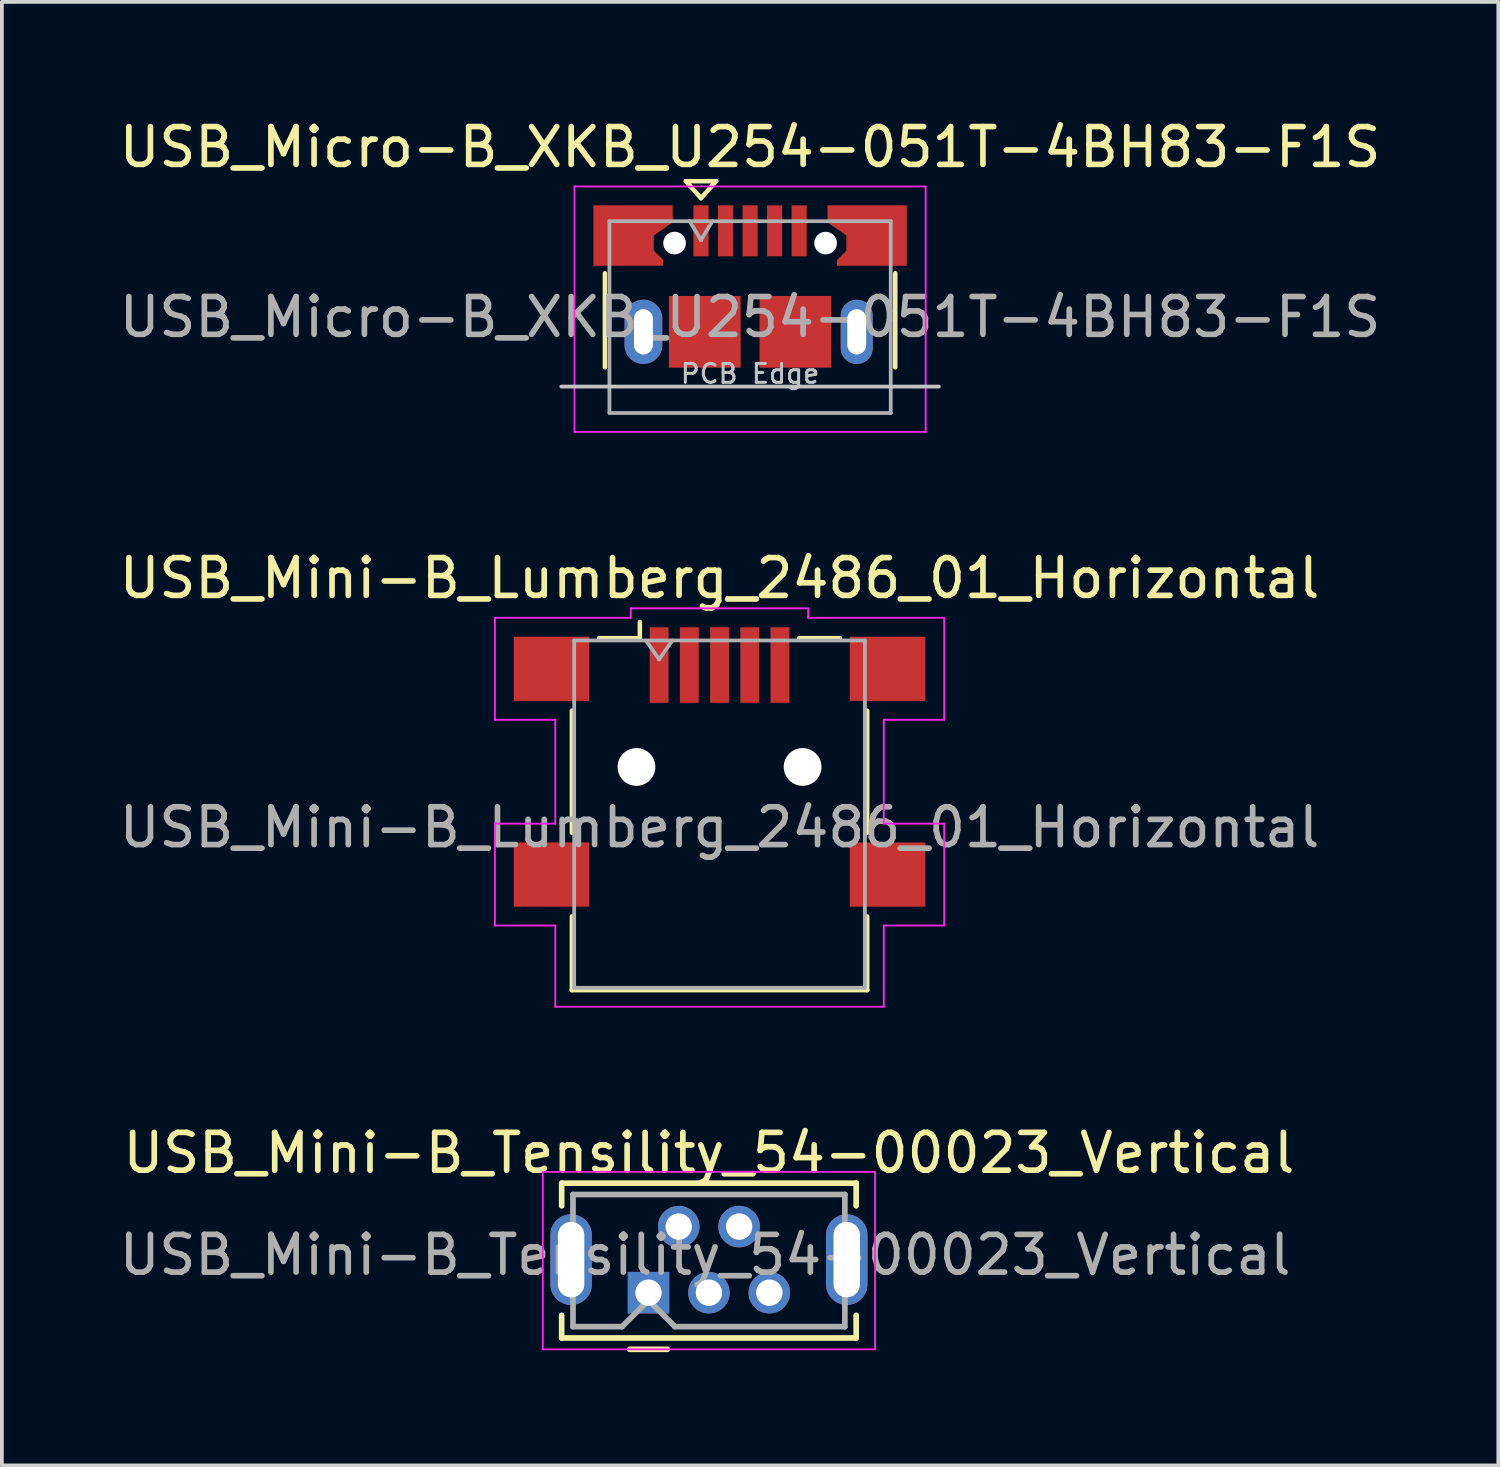
<source format=kicad_pcb>
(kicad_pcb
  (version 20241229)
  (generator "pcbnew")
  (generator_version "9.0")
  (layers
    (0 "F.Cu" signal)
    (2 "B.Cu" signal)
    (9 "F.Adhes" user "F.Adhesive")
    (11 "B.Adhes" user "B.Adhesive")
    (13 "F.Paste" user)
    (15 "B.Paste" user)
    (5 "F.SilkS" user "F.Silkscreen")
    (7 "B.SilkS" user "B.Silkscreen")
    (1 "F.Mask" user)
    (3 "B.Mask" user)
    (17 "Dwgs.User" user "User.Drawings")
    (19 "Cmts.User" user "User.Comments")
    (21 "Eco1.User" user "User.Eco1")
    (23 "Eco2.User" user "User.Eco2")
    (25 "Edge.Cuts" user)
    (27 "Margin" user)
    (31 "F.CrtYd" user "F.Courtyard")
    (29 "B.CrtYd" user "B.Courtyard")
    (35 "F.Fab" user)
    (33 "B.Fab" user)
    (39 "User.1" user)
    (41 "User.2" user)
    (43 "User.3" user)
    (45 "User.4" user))
  (footprint "USB_Micro-B_XKB_U254-051T-4BH83-F1S"
    (layer "F.Cu")
    (at 16.815 5.348)
    (property "Reference" "USB_Micro-B_XKB_U254-051T-4BH83-F1S" (at 0 -4.5 0) (layer "F.SilkS") (effects (font (size 1 1) (thickness 0.15))))
    (attr smd)
    (fp_line (start -3.845 -1.16) (end -3.845 1.33) (stroke (width 0.12) (type solid)) (layer "F.SilkS"))
    (fp_line (start -1.7 -3.6) (end -0.9 -3.6) (stroke (width 0.12) (type solid)) (layer "F.SilkS"))
    (fp_line (start -1.3 -3.15) (end -1.7 -3.6) (stroke (width 0.12) (type solid)) (layer "F.SilkS"))
    (fp_line (start -0.9 -3.6) (end -1.3 -3.15) (stroke (width 0.12) (type solid)) (layer "F.SilkS"))
    (fp_line (start 3.845 -1.16) (end 3.845 1.33) (stroke (width 0.12) (type solid)) (layer "F.SilkS"))
    (fp_line (start -5 1.84) (end 5 1.84) (stroke (width 0.1) (type solid)) (layer "Dwgs.User"))
    (fp_line (start -4.65 -3.46) (end 4.65 -3.46) (stroke (width 0.05) (type solid)) (layer "F.CrtYd"))
    (fp_line (start -4.65 3.04) (end -4.65 -3.46) (stroke (width 0.05) (type solid)) (layer "F.CrtYd"))
    (fp_line (start -4.65 3.04) (end 4.65 3.04) (stroke (width 0.05) (type solid)) (layer "F.CrtYd"))
    (fp_line (start 4.65 3.04) (end 4.65 -3.46) (stroke (width 0.05) (type solid)) (layer "F.CrtYd"))
    (fp_line (start -3.725 -2.54) (end 3.725 -2.54) (stroke (width 0.1) (type solid)) (layer "F.Fab"))
    (fp_line (start -3.725 2.54) (end -3.725 -2.54) (stroke (width 0.1) (type solid)) (layer "F.Fab"))
    (fp_line (start -3.725 2.54) (end 3.725 2.54) (stroke (width 0.1) (type solid)) (layer "F.Fab"))
    (fp_line (start -1.6 -2.54) (end -1.3 -2.04) (stroke (width 0.1) (type solid)) (layer "F.Fab"))
    (fp_line (start -1.3 -2.04) (end -1 -2.54) (stroke (width 0.1) (type solid)) (layer "F.Fab"))
    (fp_line (start 3.725 2.54) (end 3.725 -2.54) (stroke (width 0.1) (type solid)) (layer "F.Fab"))
    (fp_text user "PCB Edge" (at 0 1.5 0) (layer "Dwgs.User") (effects (font (size 0.5 0.5) (thickness 0.08))))
    (fp_text user "${REFERENCE}" (at 0 0 0) (unlocked yes) (layer "F.Fab") (effects (font (size 1 1) (thickness 0.15))))
    (pad "" np_thru_hole circle (at -2 -1.96) (size 0.6 0.6) (drill 0.6) (layers "*.Cu" "*.Mask"))
    (pad "" np_thru_hole circle (at 2 -1.96) (size 0.6 0.6) (drill 0.6) (layers "*.Cu" "*.Mask"))
    (pad "1" smd rect (at -1.3 -2.285) (size 0.4 1.35) (layers "F.Cu" "F.Mask" "F.Paste"))
    (pad "2" smd rect (at -0.65 -2.285) (size 0.4 1.35) (layers "F.Cu" "F.Mask" "F.Paste"))
    (pad "3" smd rect (at 0 -2.285) (size 0.4 1.35) (layers "F.Cu" "F.Mask" "F.Paste"))
    (pad "4" smd rect (at 0.65 -2.285) (size 0.4 1.35) (layers "F.Cu" "F.Mask" "F.Paste"))
    (pad "5" smd rect (at 1.3 -2.285) (size 0.4 1.35) (layers "F.Cu" "F.Mask" "F.Paste"))
    (pad "6" smd custom (at -3.1 -2.16) (size 1 1.1) (layers "F.Cu" "F.Mask" "F.Paste") (options (anchor rect)) (primitives (gr_poly (pts (xy 0.8 0.8) (xy -1.05 0.8) (xy -1.05 -0.8) (xy 1.05 -0.8) (xy 1.05 -0.35) (xy 0.55 0) (xy 0.55 0.4) (xy 0.8 0.65)) (width 0) (fill yes))))
    (pad "6" thru_hole oval (at -2.825 0.39) (size 1 1.7) (drill oval 0.5 1.2) (layers "*.Cu" "*.Mask"))
    (pad "6" smd rect (at -1.2 0.39) (size 1.9 1.9) (layers "F.Cu" "F.Mask" "F.Paste"))
    (pad "6" smd rect (at 1.2 0.39) (size 1.9 1.9) (layers "F.Cu" "F.Mask" "F.Paste"))
    (pad "6" thru_hole oval (at 2.825 0.39) (size 0.85 1.7) (drill oval 0.5 1.2) (layers "*.Cu" "*.Mask"))
    (pad "6" smd custom (at 3.1 -2.16) (size 1 1.1) (layers "F.Cu" "F.Mask" "F.Paste") (options (anchor rect)) (primitives (gr_poly (pts (xy -0.8 0.8) (xy 1.05 0.8) (xy 1.05 -0.8) (xy -1.05 -0.8) (xy -1.05 -0.35) (xy -0.55 0) (xy -0.55 0.4) (xy -0.8 0.65)) (width 0) (fill yes)))))
  (footprint "USB_Mini-B_Tensility_54-00023_Vertical"
    (layer "F.Cu")
    (at 14.125 31.185)
    (property "Reference" "USB_Mini-B_Tensility_54-00023_Vertical" (at 1.6 -3.7 0) (layer "F.SilkS") (effects (font (size 1 1) (thickness 0.15))))
    (attr through_hole)
    (fp_line (start -2.3 -2.9) (end 5.5 -2.9) (stroke (width 0.15) (type solid)) (layer "F.SilkS"))
    (fp_line (start -2.3 -2.3) (end -2.3 -2.9) (stroke (width 0.15) (type solid)) (layer "F.SilkS"))
    (fp_line (start -2.3 0.6) (end -2.3 1.2) (stroke (width 0.15) (type solid)) (layer "F.SilkS"))
    (fp_line (start -2.3 1.2) (end 5.5 1.2) (stroke (width 0.15) (type solid)) (layer "F.SilkS"))
    (fp_line (start -0.5 1.5) (end 0.5 1.5) (stroke (width 0.15) (type solid)) (layer "F.SilkS"))
    (fp_line (start 5.5 -2.9) (end 5.5 -2.3) (stroke (width 0.15) (type solid)) (layer "F.SilkS"))
    (fp_line (start 5.5 1.2) (end 5.5 0.6) (stroke (width 0.15) (type solid)) (layer "F.SilkS"))
    (fp_line (start -2.8 -3.2) (end -2.8 1.5) (stroke (width 0.05) (type solid)) (layer "F.CrtYd"))
    (fp_line (start -2.8 1.5) (end 6 1.5) (stroke (width 0.05) (type solid)) (layer "F.CrtYd"))
    (fp_line (start 6 -3.2) (end -2.8 -3.2) (stroke (width 0.05) (type solid)) (layer "F.CrtYd"))
    (fp_line (start 6 1.5) (end 6 -3.2) (stroke (width 0.05) (type solid)) (layer "F.CrtYd"))
    (fp_line (start -2 0.9) (end -2 -2.6) (stroke (width 0.15) (type solid)) (layer "F.Fab"))
    (fp_line (start -2 0.9) (end -0.7 0.9) (stroke (width 0.15) (type solid)) (layer "F.Fab"))
    (fp_line (start -0.7 0.9) (end 0 0.2) (stroke (width 0.15) (type solid)) (layer "F.Fab"))
    (fp_line (start 0 0.2) (end 0.7 0.9) (stroke (width 0.15) (type solid)) (layer "F.Fab"))
    (fp_line (start 0.7 0.9) (end 5.2 0.9) (stroke (width 0.15) (type solid)) (layer "F.Fab"))
    (fp_line (start 5.2 -2.6) (end -2 -2.6) (stroke (width 0.15) (type solid)) (layer "F.Fab"))
    (fp_line (start 5.2 -2.6) (end 5.2 0.9) (stroke (width 0.15) (type solid)) (layer "F.Fab"))
    (fp_text user "${REFERENCE}" (at 1.5 -1 0) (layer "F.Fab") (effects (font (size 1 1) (thickness 0.15))))
    (pad "1" thru_hole rect (at 0 0) (size 1.1 1.1) (drill 0.7) (layers "*.Cu" "*.Mask"))
    (pad "2" thru_hole circle (at 0.8 -1.75) (size 1.1 1.1) (drill 0.7) (layers "*.Cu" "*.Mask"))
    (pad "3" thru_hole circle (at 1.6 0) (size 1.1 1.1) (drill 0.7) (layers "*.Cu" "*.Mask"))
    (pad "4" thru_hole circle (at 2.4 -1.75) (size 1.1 1.1) (drill 0.7) (layers "*.Cu" "*.Mask"))
    (pad "5" thru_hole circle (at 3.2 0) (size 1.1 1.1) (drill 0.7) (layers "*.Cu" "*.Mask"))
    (pad "6" thru_hole oval (at -2.05 -0.875) (size 1.1 2.4) (drill oval 0.7 2) (layers "*.Cu" "*.Mask"))
    (pad "6" thru_hole oval (at 5.25 -0.875) (size 1.1 2.4) (drill oval 0.7 2) (layers "*.Cu" "*.Mask")))
  (footprint "USB_Mini-B_Lumberg_2486_01_Horizontal"
    (layer "F.Cu")
    (at 16.006 17.262)
    (property "Reference" "USB_Mini-B_Lumberg_2486_01_Horizontal" (at 0 -5 0) (layer "F.SilkS") (effects (font (size 1 1) (thickness 0.15))))
    (attr smd)
    (fp_line (start -3.91 1.74) (end -3.91 -1.49) (stroke (width 0.12) (type solid)) (layer "F.SilkS"))
    (fp_line (start -3.91 5.91) (end -3.91 3.96) (stroke (width 0.12) (type solid)) (layer "F.SilkS"))
    (fp_line (start -3.19 -3.41) (end -2.11 -3.41) (stroke (width 0.12) (type solid)) (layer "F.SilkS"))
    (fp_line (start -2.11 -3.41) (end -2.11 -3.84) (stroke (width 0.12) (type solid)) (layer "F.SilkS"))
    (fp_line (start 2.11 -3.41) (end 3.19 -3.41) (stroke (width 0.12) (type solid)) (layer "F.SilkS"))
    (fp_line (start 3.91 1.74) (end 3.91 -1.49) (stroke (width 0.12) (type solid)) (layer "F.SilkS"))
    (fp_line (start 3.91 5.91) (end -3.91 5.91) (stroke (width 0.12) (type solid)) (layer "F.SilkS"))
    (fp_line (start 3.91 5.91) (end 3.91 3.96) (stroke (width 0.12) (type solid)) (layer "F.SilkS"))
    (fp_line (start -5.95 -3.95) (end -5.95 -1.25) (stroke (width 0.05) (type solid)) (layer "F.CrtYd"))
    (fp_line (start -5.95 -3.95) (end -2.35 -3.95) (stroke (width 0.05) (type solid)) (layer "F.CrtYd"))
    (fp_line (start -5.95 1.5) (end -5.95 4.2) (stroke (width 0.05) (type solid)) (layer "F.CrtYd"))
    (fp_line (start -4.35 -1.25) (end -5.95 -1.25) (stroke (width 0.05) (type solid)) (layer "F.CrtYd"))
    (fp_line (start -4.35 -1.25) (end -4.35 1.5) (stroke (width 0.05) (type solid)) (layer "F.CrtYd"))
    (fp_line (start -4.35 1.5) (end -5.95 1.5) (stroke (width 0.05) (type solid)) (layer "F.CrtYd"))
    (fp_line (start -4.35 4.2) (end -5.95 4.2) (stroke (width 0.05) (type solid)) (layer "F.CrtYd"))
    (fp_line (start -4.35 6.35) (end -4.35 4.2) (stroke (width 0.05) (type solid)) (layer "F.CrtYd"))
    (fp_line (start -4.35 6.35) (end 4.35 6.35) (stroke (width 0.05) (type solid)) (layer "F.CrtYd"))
    (fp_line (start -2.35 -3.95) (end -2.35 -4.2) (stroke (width 0.05) (type solid)) (layer "F.CrtYd"))
    (fp_line (start 2.35 -4.2) (end -2.35 -4.2) (stroke (width 0.05) (type solid)) (layer "F.CrtYd"))
    (fp_line (start 2.35 -3.95) (end 2.35 -4.2) (stroke (width 0.05) (type solid)) (layer "F.CrtYd"))
    (fp_line (start 4.35 -1.25) (end 4.35 1.5) (stroke (width 0.05) (type solid)) (layer "F.CrtYd"))
    (fp_line (start 4.35 -1.25) (end 5.95 -1.25) (stroke (width 0.05) (type solid)) (layer "F.CrtYd"))
    (fp_line (start 4.35 1.5) (end 5.95 1.5) (stroke (width 0.05) (type solid)) (layer "F.CrtYd"))
    (fp_line (start 4.35 4.2) (end 5.95 4.2) (stroke (width 0.05) (type solid)) (layer "F.CrtYd"))
    (fp_line (start 4.35 6.35) (end 4.35 4.2) (stroke (width 0.05) (type solid)) (layer "F.CrtYd"))
    (fp_line (start 5.95 -3.95) (end 2.35 -3.95) (stroke (width 0.05) (type solid)) (layer "F.CrtYd"))
    (fp_line (start 5.95 -3.95) (end 5.95 -1.25) (stroke (width 0.05) (type solid)) (layer "F.CrtYd"))
    (fp_line (start 5.95 1.5) (end 5.95 4.2) (stroke (width 0.05) (type solid)) (layer "F.CrtYd"))
    (fp_line (start -3.85 -3.35) (end -3.85 5.85) (stroke (width 0.1) (type solid)) (layer "F.Fab"))
    (fp_line (start -3.85 -3.35) (end 3.85 -3.35) (stroke (width 0.1) (type solid)) (layer "F.Fab"))
    (fp_line (start -3.85 5.85) (end 3.85 5.85) (stroke (width 0.1) (type solid)) (layer "F.Fab"))
    (fp_line (start -1.95 -3.35) (end -1.6 -2.85) (stroke (width 0.1) (type solid)) (layer "F.Fab"))
    (fp_line (start -1.6 -2.85) (end -1.25 -3.35) (stroke (width 0.1) (type solid)) (layer "F.Fab"))
    (fp_line (start 3.85 5.85) (end 3.85 -3.35) (stroke (width 0.1) (type solid)) (layer "F.Fab"))
    (fp_text user "${REFERENCE}" (at 0 1.6 180) (layer "F.Fab") (effects (font (size 1 1) (thickness 0.15))))
    (pad "" np_thru_hole circle (at -2.2 0) (size 1 1) (drill 1) (layers "*.Cu" "*.Mask"))
    (pad "" np_thru_hole circle (at 2.2 0) (size 1 1) (drill 1) (layers "*.Cu" "*.Mask"))
    (pad "1" smd rect (at -1.6 -2.7) (size 0.5 2) (layers "F.Cu" "F.Mask" "F.Paste"))
    (pad "2" smd rect (at -0.8 -2.7) (size 0.5 2) (layers "F.Cu" "F.Mask" "F.Paste"))
    (pad "3" smd rect (at 0 -2.7) (size 0.5 2) (layers "F.Cu" "F.Mask" "F.Paste"))
    (pad "4" smd rect (at 0.8 -2.7) (size 0.5 2) (layers "F.Cu" "F.Mask" "F.Paste"))
    (pad "5" smd rect (at 1.6 -2.7) (size 0.5 2) (layers "F.Cu" "F.Mask" "F.Paste"))
    (pad "6" smd rect (at -4.45 -2.6) (size 2 1.7) (layers "F.Cu" "F.Mask" "F.Paste"))
    (pad "6" smd rect (at -4.45 2.85) (size 2 1.7) (layers "F.Cu" "F.Mask" "F.Paste"))
    (pad "6" smd rect (at 4.45 -2.6) (size 2 1.7) (layers "F.Cu" "F.Mask" "F.Paste"))
    (pad "6" smd rect (at 4.45 2.85) (size 2 1.7) (layers "F.Cu" "F.Mask" "F.Paste")))
  (gr_rect
    (start -3 -3)
    (end 36.631 35.76)
    (stroke (width 0.1) (type default))
    (fill no)
    (layer "Edge.Cuts")))
</source>
